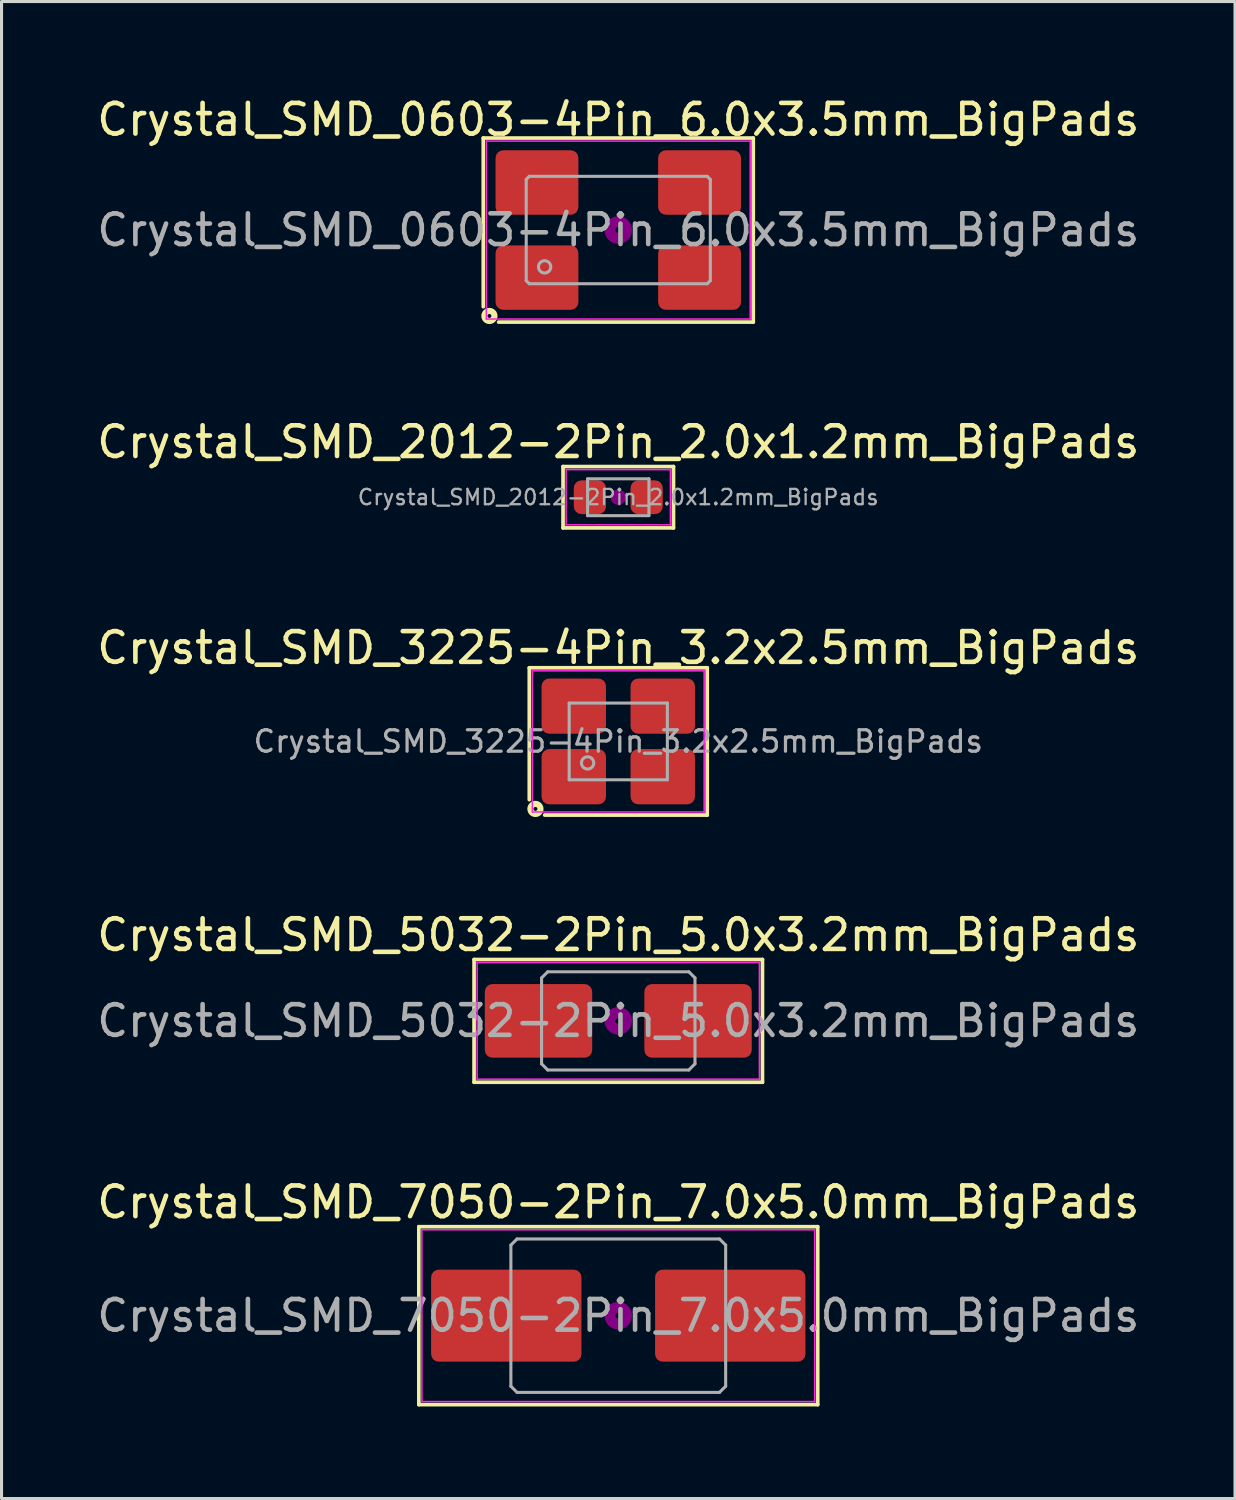
<source format=kicad_pcb>
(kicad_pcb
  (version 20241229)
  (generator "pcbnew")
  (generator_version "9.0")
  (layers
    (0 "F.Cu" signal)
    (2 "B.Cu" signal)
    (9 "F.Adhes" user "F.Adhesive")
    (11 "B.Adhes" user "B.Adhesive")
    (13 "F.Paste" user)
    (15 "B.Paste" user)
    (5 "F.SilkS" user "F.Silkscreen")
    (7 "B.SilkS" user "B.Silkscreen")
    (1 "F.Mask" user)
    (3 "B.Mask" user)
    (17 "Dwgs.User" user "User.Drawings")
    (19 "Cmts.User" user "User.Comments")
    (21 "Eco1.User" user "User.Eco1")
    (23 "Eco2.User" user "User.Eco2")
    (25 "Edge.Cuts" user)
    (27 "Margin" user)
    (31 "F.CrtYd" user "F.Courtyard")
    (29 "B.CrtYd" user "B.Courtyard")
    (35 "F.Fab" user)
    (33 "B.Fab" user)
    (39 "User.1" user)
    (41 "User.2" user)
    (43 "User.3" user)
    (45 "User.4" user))
  (footprint "Crystal_SMD_3225-4Pin_3.2x2.5mm_BigPads"
    (layer "F.Cu")
    (at 17.101 21.115)
    (property "Reference" "Crystal_SMD_3225-4Pin_3.2x2.5mm_BigPads" (at 0 -3.05 0) (layer "F.SilkS") (effects (font (size 1 1) (thickness 0.15))))
    (attr smd)
    (fp_line (start -2.9 -2.4) (end 2.9 -2.4) (stroke (width 0.12) (type solid)) (layer "F.SilkS"))
    (fp_line (start -2.9 1.9) (end -2.9 -2.4) (stroke (width 0.12) (type solid)) (layer "F.SilkS"))
    (fp_line (start 2.9 -2.4) (end 2.9 2.4) (stroke (width 0.12) (type solid)) (layer "F.SilkS"))
    (fp_line (start 2.9 2.4) (end -2.4 2.4) (stroke (width 0.12) (type solid)) (layer "F.SilkS"))
    (fp_circle (center -2.7 2.2) (end -2.636 2.2) (stroke (width 0.2) (type solid)) (fill no) (layer "F.SilkS"))
    (fp_line (start -2.8 -2.3) (end -2.8 2.3) (stroke (width 0.05) (type solid)) (layer "F.CrtYd"))
    (fp_line (start -2.8 2.3) (end 2.8 2.3) (stroke (width 0.05) (type solid)) (layer "F.CrtYd"))
    (fp_line (start 2.8 -2.3) (end -2.8 -2.3) (stroke (width 0.05) (type solid)) (layer "F.CrtYd"))
    (fp_line (start 2.8 2.3) (end 2.8 -2.3) (stroke (width 0.05) (type solid)) (layer "F.CrtYd"))
    (fp_line (start -1.6 -1.25) (end -1.6 1.25) (stroke (width 0.1) (type solid)) (layer "F.Fab"))
    (fp_line (start -1.6 1.25) (end 1.6 1.25) (stroke (width 0.1) (type solid)) (layer "F.Fab"))
    (fp_line (start 1.6 -1.25) (end -1.6 -1.25) (stroke (width 0.1) (type solid)) (layer "F.Fab"))
    (fp_line (start 1.6 1.25) (end 1.6 -1.25) (stroke (width 0.1) (type solid)) (layer "F.Fab"))
    (fp_circle (center -1 0.7) (end -0.8 0.7) (stroke (width 0.1) (type solid)) (fill no) (layer "F.Fab"))
    (fp_text user "${REFERENCE}" (at 0 0 0) (layer "F.Fab") (effects (font (size 0.7 0.7) (thickness 0.105))))
    (pad "1" smd roundrect (at -1.45 1.15) (size 2.1 1.8) (layers "F.Cu" "F.Mask" "F.Paste") (roundrect_rratio 0.139))
    (pad "2" smd roundrect (at 1.45 1.15) (size 2.1 1.8) (layers "F.Cu" "F.Mask" "F.Paste") (roundrect_rratio 0.139))
    (pad "3" smd roundrect (at 1.45 -1.15) (size 2.1 1.8) (layers "F.Cu" "F.Mask" "F.Paste") (roundrect_rratio 0.139))
    (pad "4" smd roundrect (at -1.45 -1.15) (size 2.1 1.8) (layers "F.Cu" "F.Mask" "F.Paste") (roundrect_rratio 0.139)))
  (footprint "Crystal_SMD_5032-2Pin_5.0x3.2mm_BigPads"
    (layer "F.Cu")
    (at 17.101 30.223)
    (property "Reference" "Crystal_SMD_5032-2Pin_5.0x3.2mm_BigPads" (at 0 -2.8 0) (layer "F.SilkS") (effects (font (size 1 1) (thickness 0.15))))
    (attr smd)
    (fp_line (start -4.7 -2) (end -4.7 2) (stroke (width 0.12) (type solid)) (layer "F.SilkS"))
    (fp_line (start -4.7 2) (end 4.7 2) (stroke (width 0.12) (type solid)) (layer "F.SilkS"))
    (fp_line (start 4.7 -2) (end -4.7 -2) (stroke (width 0.12) (type solid)) (layer "F.SilkS"))
    (fp_line (start 4.7 2) (end 4.7 -2) (stroke (width 0.12) (type solid)) (layer "F.SilkS"))
    (fp_circle (center 0 0) (end 0.093 0) (stroke (width 0.187) (type solid)) (fill no) (layer "F.Adhes"))
    (fp_circle (center 0 0) (end 0.213 0) (stroke (width 0.133) (type solid)) (fill no) (layer "F.Adhes"))
    (fp_circle (center 0 0) (end 0.333 0) (stroke (width 0.133) (type solid)) (fill no) (layer "F.Adhes"))
    (fp_circle (center 0 0) (end 0.4 0) (stroke (width 0.1) (type solid)) (fill no) (layer "F.Adhes"))
    (fp_line (start -4.6 -1.9) (end -4.6 1.9) (stroke (width 0.05) (type solid)) (layer "F.CrtYd"))
    (fp_line (start -4.6 1.9) (end 4.6 1.9) (stroke (width 0.05) (type solid)) (layer "F.CrtYd"))
    (fp_line (start 4.6 -1.9) (end -4.6 -1.9) (stroke (width 0.05) (type solid)) (layer "F.CrtYd"))
    (fp_line (start 4.6 1.9) (end 4.6 -1.9) (stroke (width 0.05) (type solid)) (layer "F.CrtYd"))
    (fp_line (start -2.5 -1.4) (end -2.3 -1.6) (stroke (width 0.1) (type solid)) (layer "F.Fab"))
    (fp_line (start -2.5 1.4) (end -2.5 -1.4) (stroke (width 0.1) (type solid)) (layer "F.Fab"))
    (fp_line (start -2.3 -1.6) (end 2.3 -1.6) (stroke (width 0.1) (type solid)) (layer "F.Fab"))
    (fp_line (start -2.3 1.6) (end -2.5 1.4) (stroke (width 0.1) (type solid)) (layer "F.Fab"))
    (fp_line (start 2.3 -1.6) (end 2.5 -1.4) (stroke (width 0.1) (type solid)) (layer "F.Fab"))
    (fp_line (start 2.3 1.6) (end -2.3 1.6) (stroke (width 0.1) (type solid)) (layer "F.Fab"))
    (fp_line (start 2.5 -1.4) (end 2.5 1.4) (stroke (width 0.1) (type solid)) (layer "F.Fab"))
    (fp_line (start 2.5 1.4) (end 2.3 1.6) (stroke (width 0.1) (type solid)) (layer "F.Fab"))
    (fp_text user "${REFERENCE}" (at 0 0 0) (layer "F.Fab") (effects (font (size 1 1) (thickness 0.15))))
    (pad "1" smd roundrect (at -2.6 0) (size 3.5 2.4) (layers "F.Cu" "F.Mask" "F.Paste") (roundrect_rratio 0.104))
    (pad "2" smd roundrect (at 2.6 0) (size 3.5 2.4) (layers "F.Cu" "F.Mask" "F.Paste") (roundrect_rratio 0.104)))
  (footprint "Crystal_SMD_7050-2Pin_7.0x5.0mm_BigPads"
    (layer "F.Cu")
    (at 17.101 39.831)
    (property "Reference" "Crystal_SMD_7050-2Pin_7.0x5.0mm_BigPads" (at 0 -3.7 0) (layer "F.SilkS") (effects (font (size 1 1) (thickness 0.15))))
    (attr smd)
    (fp_line (start -6.5 -2.9) (end -6.5 2.9) (stroke (width 0.12) (type solid)) (layer "F.SilkS"))
    (fp_line (start -6.5 2.9) (end 6.5 2.9) (stroke (width 0.12) (type solid)) (layer "F.SilkS"))
    (fp_line (start 6.5 -2.9) (end -6.5 -2.9) (stroke (width 0.12) (type solid)) (layer "F.SilkS"))
    (fp_line (start 6.5 2.9) (end 6.5 -2.9) (stroke (width 0.12) (type solid)) (layer "F.SilkS"))
    (fp_circle (center 0 0) (end 0.093 0) (stroke (width 0.187) (type solid)) (fill no) (layer "F.Adhes"))
    (fp_circle (center 0 0) (end 0.213 0) (stroke (width 0.133) (type solid)) (fill no) (layer "F.Adhes"))
    (fp_circle (center 0 0) (end 0.333 0) (stroke (width 0.133) (type solid)) (fill no) (layer "F.Adhes"))
    (fp_circle (center 0 0) (end 0.4 0) (stroke (width 0.1) (type solid)) (fill no) (layer "F.Adhes"))
    (fp_line (start -6.4 -2.8) (end -6.4 2.8) (stroke (width 0.05) (type solid)) (layer "F.CrtYd"))
    (fp_line (start -6.4 2.8) (end 6.4 2.8) (stroke (width 0.05) (type solid)) (layer "F.CrtYd"))
    (fp_line (start 6.4 -2.8) (end -6.4 -2.8) (stroke (width 0.05) (type solid)) (layer "F.CrtYd"))
    (fp_line (start 6.4 2.8) (end 6.4 -2.8) (stroke (width 0.05) (type solid)) (layer "F.CrtYd"))
    (fp_line (start -3.5 -2.3) (end -3.3 -2.5) (stroke (width 0.1) (type solid)) (layer "F.Fab"))
    (fp_line (start -3.5 2.3) (end -3.5 -2.3) (stroke (width 0.1) (type solid)) (layer "F.Fab"))
    (fp_line (start -3.3 -2.5) (end 3.3 -2.5) (stroke (width 0.1) (type solid)) (layer "F.Fab"))
    (fp_line (start -3.3 2.5) (end -3.5 2.3) (stroke (width 0.1) (type solid)) (layer "F.Fab"))
    (fp_line (start 3.3 -2.5) (end 3.5 -2.3) (stroke (width 0.1) (type solid)) (layer "F.Fab"))
    (fp_line (start 3.3 2.5) (end -3.3 2.5) (stroke (width 0.1) (type solid)) (layer "F.Fab"))
    (fp_line (start 3.5 -2.3) (end 3.5 2.3) (stroke (width 0.1) (type solid)) (layer "F.Fab"))
    (fp_line (start 3.5 2.3) (end 3.3 2.5) (stroke (width 0.1) (type solid)) (layer "F.Fab"))
    (fp_text user "${REFERENCE}" (at 0 0 0) (layer "F.Fab") (effects (font (size 1 1) (thickness 0.15))))
    (pad "1" smd roundrect (at -3.65 0) (size 4.9 3) (layers "F.Cu" "F.Mask" "F.Paste") (roundrect_rratio 0.083))
    (pad "2" smd roundrect (at 3.65 0) (size 4.9 3) (layers "F.Cu" "F.Mask" "F.Paste") (roundrect_rratio 0.083)))
  (footprint "Crystal_SMD_2012-2Pin_2.0x1.2mm_BigPads"
    (layer "F.Cu")
    (at 17.101 13.156)
    (property "Reference" "Crystal_SMD_2012-2Pin_2.0x1.2mm_BigPads" (at 0 -1.8 0) (layer "F.SilkS") (effects (font (size 1 1) (thickness 0.15))))
    (attr smd)
    (fp_line (start -1.8 -1) (end -1.8 1) (stroke (width 0.12) (type solid)) (layer "F.SilkS"))
    (fp_line (start -1.8 1) (end 1.8 1) (stroke (width 0.12) (type solid)) (layer "F.SilkS"))
    (fp_line (start 1.8 -1) (end -1.8 -1) (stroke (width 0.12) (type solid)) (layer "F.SilkS"))
    (fp_line (start 1.8 1) (end 1.8 -1) (stroke (width 0.12) (type solid)) (layer "F.SilkS"))
    (fp_circle (center 0 0) (end 0.047 0) (stroke (width 0.093) (type solid)) (fill no) (layer "F.Adhes"))
    (fp_circle (center 0 0) (end 0.107 0) (stroke (width 0.067) (type solid)) (fill no) (layer "F.Adhes"))
    (fp_circle (center 0 0) (end 0.167 0) (stroke (width 0.067) (type solid)) (fill no) (layer "F.Adhes"))
    (fp_circle (center 0 0) (end 0.2 0) (stroke (width 0.1) (type solid)) (fill no) (layer "F.Adhes"))
    (fp_line (start -1.7 -0.9) (end -1.7 0.9) (stroke (width 0.05) (type solid)) (layer "F.CrtYd"))
    (fp_line (start -1.7 0.9) (end 1.7 0.9) (stroke (width 0.05) (type solid)) (layer "F.CrtYd"))
    (fp_line (start 1.7 -0.9) (end -1.7 -0.9) (stroke (width 0.05) (type solid)) (layer "F.CrtYd"))
    (fp_line (start 1.7 0.9) (end 1.7 -0.9) (stroke (width 0.05) (type solid)) (layer "F.CrtYd"))
    (fp_line (start -1 -0.6) (end -1 0.6) (stroke (width 0.1) (type solid)) (layer "F.Fab"))
    (fp_line (start -1 0.6) (end 1 0.6) (stroke (width 0.1) (type solid)) (layer "F.Fab"))
    (fp_line (start 1 -0.6) (end -1 -0.6) (stroke (width 0.1) (type solid)) (layer "F.Fab"))
    (fp_line (start 1 0.6) (end 1 -0.6) (stroke (width 0.1) (type solid)) (layer "F.Fab"))
    (fp_text user "${REFERENCE}" (at 0 0 0) (layer "F.Fab") (effects (font (size 0.5 0.5) (thickness 0.075))))
    (pad "1" smd roundrect (at -0.925 0) (size 1.05 1.1) (layers "F.Cu" "F.Mask" "F.Paste") (roundrect_rratio 0.238))
    (pad "2" smd roundrect (at 0.925 0) (size 1.05 1.1) (layers "F.Cu" "F.Mask" "F.Paste") (roundrect_rratio 0.238)))
  (footprint "Crystal_SMD_0603-4Pin_6.0x3.5mm_BigPads"
    (layer "F.Cu")
    (at 17.101 4.448)
    (property "Reference" "Crystal_SMD_0603-4Pin_6.0x3.5mm_BigPads" (at 0 -3.6 0) (layer "F.SilkS") (effects (font (size 1 1) (thickness 0.15))))
    (attr smd)
    (fp_line (start -4.4 -3) (end -4.4 2.5) (stroke (width 0.12) (type solid)) (layer "F.SilkS"))
    (fp_line (start -3.9 3) (end 4.4 3) (stroke (width 0.12) (type solid)) (layer "F.SilkS"))
    (fp_line (start 4.4 -3) (end -4.4 -3) (stroke (width 0.12) (type solid)) (layer "F.SilkS"))
    (fp_line (start 4.4 3) (end 4.4 -3) (stroke (width 0.12) (type solid)) (layer "F.SilkS"))
    (fp_circle (center -4.2 2.8) (end -4.136 2.8) (stroke (width 0.2) (type solid)) (fill no) (layer "F.SilkS"))
    (fp_circle (center 0 0) (end 0.093 0) (stroke (width 0.187) (type solid)) (fill no) (layer "F.Adhes"))
    (fp_circle (center 0 0) (end 0.213 0) (stroke (width 0.133) (type solid)) (fill no) (layer "F.Adhes"))
    (fp_circle (center 0 0) (end 0.333 0) (stroke (width 0.133) (type solid)) (fill no) (layer "F.Adhes"))
    (fp_circle (center 0 0) (end 0.4 0) (stroke (width 0.1) (type solid)) (fill no) (layer "F.Adhes"))
    (fp_line (start -4.3 -2.9) (end -4.3 2.9) (stroke (width 0.05) (type solid)) (layer "F.CrtYd"))
    (fp_line (start -4.3 2.9) (end 4.3 2.9) (stroke (width 0.05) (type solid)) (layer "F.CrtYd"))
    (fp_line (start 4.3 -2.9) (end -4.3 -2.9) (stroke (width 0.05) (type solid)) (layer "F.CrtYd"))
    (fp_line (start 4.3 2.9) (end 4.3 -2.9) (stroke (width 0.05) (type solid)) (layer "F.CrtYd"))
    (fp_line (start -3 -1.65) (end -2.9 -1.75) (stroke (width 0.1) (type solid)) (layer "F.Fab"))
    (fp_line (start -3 1.65) (end -3 -1.65) (stroke (width 0.1) (type solid)) (layer "F.Fab"))
    (fp_line (start -2.9 -1.75) (end 2.9 -1.75) (stroke (width 0.1) (type solid)) (layer "F.Fab"))
    (fp_line (start -2.9 1.75) (end -3 1.65) (stroke (width 0.1) (type solid)) (layer "F.Fab"))
    (fp_line (start 2.9 -1.75) (end 3 -1.65) (stroke (width 0.1) (type solid)) (layer "F.Fab"))
    (fp_line (start 2.9 1.75) (end -2.9 1.75) (stroke (width 0.1) (type solid)) (layer "F.Fab"))
    (fp_line (start 3 -1.65) (end 3 1.65) (stroke (width 0.1) (type solid)) (layer "F.Fab"))
    (fp_line (start 3 1.65) (end 2.9 1.75) (stroke (width 0.1) (type solid)) (layer "F.Fab"))
    (fp_circle (center -2.4 1.2) (end -2.2 1.2) (stroke (width 0.1) (type solid)) (fill no) (layer "F.Fab"))
    (fp_text user "${REFERENCE}" (at 0 0 0) (layer "F.Fab") (effects (font (size 1 1) (thickness 0.15))))
    (pad "1" smd roundrect (at -2.65 1.55) (size 2.7 2.1) (layers "F.Cu" "F.Mask" "F.Paste") (roundrect_rratio 0.119))
    (pad "2" smd roundrect (at 2.65 1.55) (size 2.7 2.1) (layers "F.Cu" "F.Mask" "F.Paste") (roundrect_rratio 0.119))
    (pad "3" smd roundrect (at 2.65 -1.55) (size 2.7 2.1) (layers "F.Cu" "F.Mask" "F.Paste") (roundrect_rratio 0.119))
    (pad "4" smd roundrect (at -2.65 -1.55) (size 2.7 2.1) (layers "F.Cu" "F.Mask" "F.Paste") (roundrect_rratio 0.119)))
  (gr_rect
    (start -3 -3)
    (end 37.202 45.791)
    (stroke (width 0.1) (type default))
    (fill no)
    (layer "Edge.Cuts")))
</source>
